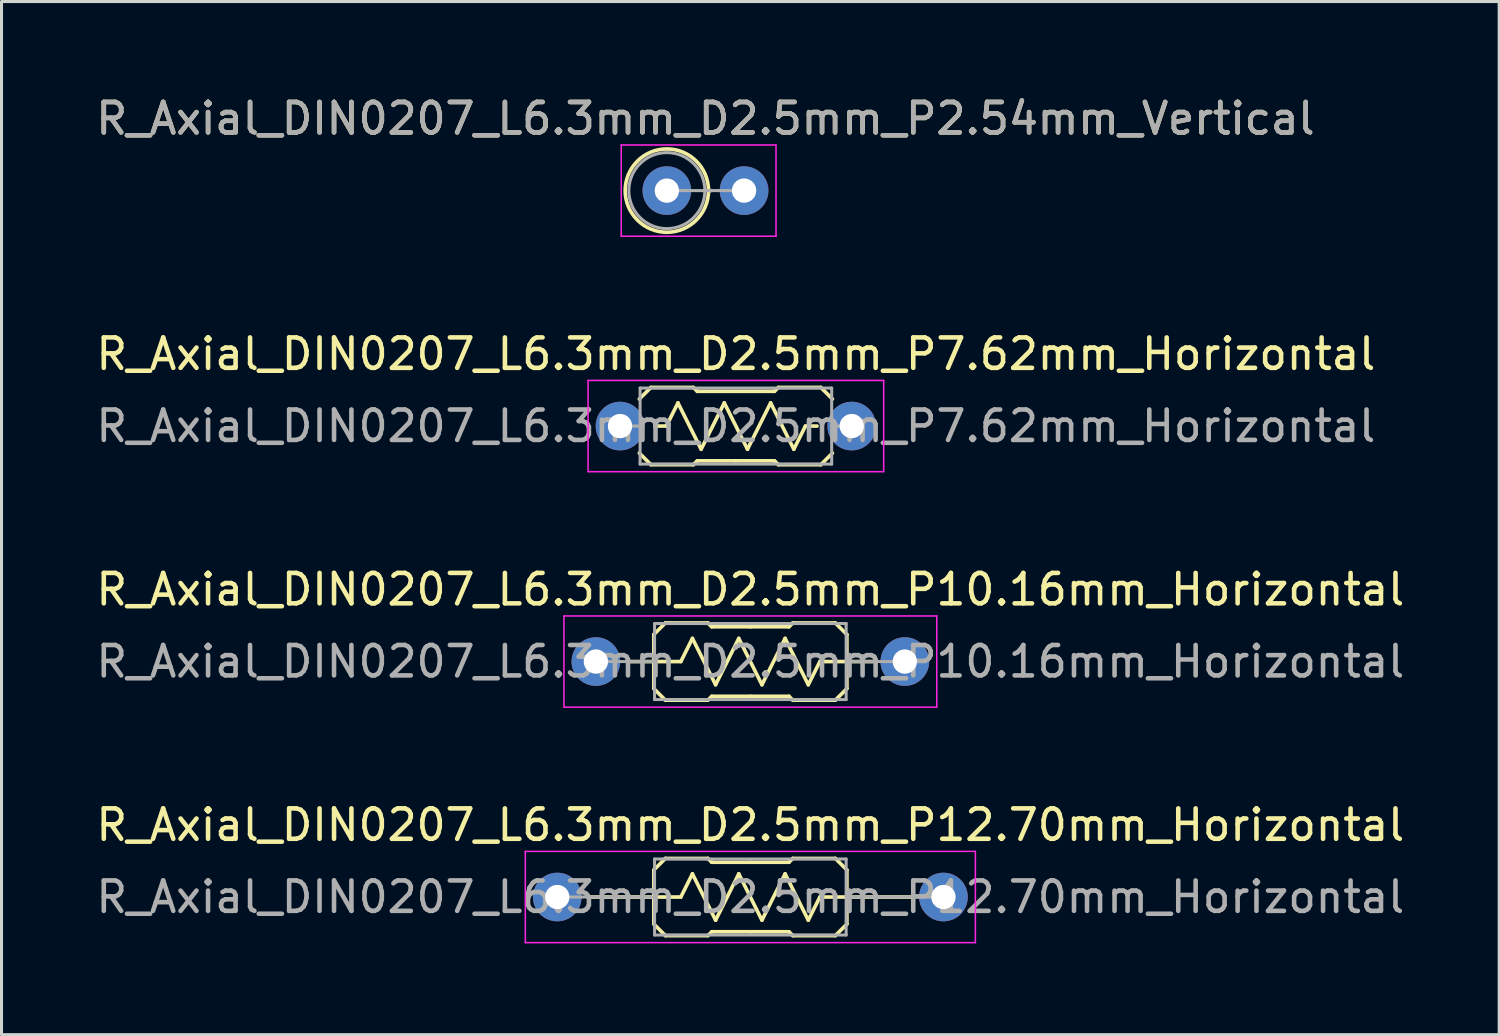
<source format=kicad_pcb>
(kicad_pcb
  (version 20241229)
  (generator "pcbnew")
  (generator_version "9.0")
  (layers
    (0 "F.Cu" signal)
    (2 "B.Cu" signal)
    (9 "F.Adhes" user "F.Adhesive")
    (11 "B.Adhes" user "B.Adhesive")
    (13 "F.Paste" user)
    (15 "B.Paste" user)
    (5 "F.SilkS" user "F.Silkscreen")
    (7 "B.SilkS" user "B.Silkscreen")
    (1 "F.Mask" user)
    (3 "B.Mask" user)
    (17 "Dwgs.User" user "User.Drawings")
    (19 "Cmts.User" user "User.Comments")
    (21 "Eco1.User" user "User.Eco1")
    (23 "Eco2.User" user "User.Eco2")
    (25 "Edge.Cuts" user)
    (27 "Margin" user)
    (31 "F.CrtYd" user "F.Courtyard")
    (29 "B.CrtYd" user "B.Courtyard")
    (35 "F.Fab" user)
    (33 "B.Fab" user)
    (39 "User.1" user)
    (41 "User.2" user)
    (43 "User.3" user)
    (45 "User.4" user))
  (footprint "R_Axial_DIN0207_L6.3mm_D2.5mm_P10.16mm_Horizontal"
    (layer "F.Cu")
    (at 16.545 18.705)
    (property "Reference" "R_Axial_DIN0207_L6.3mm_D2.5mm_P10.16mm_Horizontal" (at 5.08 -2.37 0) (layer "F.SilkS") (effects (font (size 1 1) (thickness 0.15))))
    (attr through_hole)
    (fp_line (start 1.905 -0.889) (end 1.905 0.889) (stroke (width 0.12) (type solid)) (layer "F.SilkS"))
    (fp_line (start 1.905 -0.889) (end 2.286 -1.27) (stroke (width 0.12) (type solid)) (layer "F.SilkS"))
    (fp_line (start 1.905 0) (end 1.016 0) (stroke (width 0.12) (type solid)) (layer "F.SilkS"))
    (fp_line (start 1.905 0.889) (end 2.286 1.27) (stroke (width 0.12) (type solid)) (layer "F.SilkS"))
    (fp_line (start 2.286 -1.27) (end 3.683 -1.27) (stroke (width 0.12) (type solid)) (layer "F.SilkS"))
    (fp_line (start 2.286 1.27) (end 3.683 1.27) (stroke (width 0.12) (type solid)) (layer "F.SilkS"))
    (fp_line (start 2.794 0) (end 1.905 0) (stroke (width 0.12) (type solid)) (layer "F.SilkS"))
    (fp_line (start 2.794 0) (end 3.175 -0.762) (stroke (width 0.12) (type solid)) (layer "F.SilkS"))
    (fp_line (start 3.175 -0.762) (end 3.937 0.762) (stroke (width 0.12) (type solid)) (layer "F.SilkS"))
    (fp_line (start 3.683 -1.27) (end 3.81 -1.143) (stroke (width 0.12) (type solid)) (layer "F.SilkS"))
    (fp_line (start 3.683 1.27) (end 3.81 1.143) (stroke (width 0.12) (type solid)) (layer "F.SilkS"))
    (fp_line (start 3.81 -1.143) (end 5.08 -1.143) (stroke (width 0.12) (type solid)) (layer "F.SilkS"))
    (fp_line (start 3.81 1.143) (end 5.08 1.143) (stroke (width 0.12) (type solid)) (layer "F.SilkS"))
    (fp_line (start 3.937 0.762) (end 4.699 -0.762) (stroke (width 0.12) (type solid)) (layer "F.SilkS"))
    (fp_line (start 4.699 -0.762) (end 5.461 0.762) (stroke (width 0.12) (type solid)) (layer "F.SilkS"))
    (fp_line (start 5.461 0.762) (end 6.223 -0.762) (stroke (width 0.12) (type solid)) (layer "F.SilkS"))
    (fp_line (start 6.223 -0.762) (end 6.985 0.762) (stroke (width 0.12) (type solid)) (layer "F.SilkS"))
    (fp_line (start 6.35 -1.143) (end 5.08 -1.143) (stroke (width 0.12) (type solid)) (layer "F.SilkS"))
    (fp_line (start 6.35 1.143) (end 5.08 1.143) (stroke (width 0.12) (type solid)) (layer "F.SilkS"))
    (fp_line (start 6.477 -1.27) (end 6.35 -1.143) (stroke (width 0.12) (type solid)) (layer "F.SilkS"))
    (fp_line (start 6.477 1.27) (end 6.35 1.143) (stroke (width 0.12) (type solid)) (layer "F.SilkS"))
    (fp_line (start 6.985 0.762) (end 7.366 0) (stroke (width 0.12) (type solid)) (layer "F.SilkS"))
    (fp_line (start 7.874 -1.27) (end 6.477 -1.27) (stroke (width 0.12) (type solid)) (layer "F.SilkS"))
    (fp_line (start 7.874 1.27) (end 6.477 1.27) (stroke (width 0.12) (type solid)) (layer "F.SilkS"))
    (fp_line (start 8.255 -0.889) (end 7.874 -1.27) (stroke (width 0.12) (type solid)) (layer "F.SilkS"))
    (fp_line (start 8.255 -0.889) (end 8.255 0.889) (stroke (width 0.12) (type solid)) (layer "F.SilkS"))
    (fp_line (start 8.255 0) (end 7.366 0) (stroke (width 0.12) (type solid)) (layer "F.SilkS"))
    (fp_line (start 8.255 0) (end 9.144 0) (stroke (width 0.12) (type solid)) (layer "F.SilkS"))
    (fp_line (start 8.255 0.889) (end 7.874 1.27) (stroke (width 0.12) (type solid)) (layer "F.SilkS"))
    (fp_line (start -1.05 -1.5) (end -1.05 1.5) (stroke (width 0.05) (type solid)) (layer "F.CrtYd"))
    (fp_line (start -1.05 1.5) (end 11.21 1.5) (stroke (width 0.05) (type solid)) (layer "F.CrtYd"))
    (fp_line (start 11.21 -1.5) (end -1.05 -1.5) (stroke (width 0.05) (type solid)) (layer "F.CrtYd"))
    (fp_line (start 11.21 1.5) (end 11.21 -1.5) (stroke (width 0.05) (type solid)) (layer "F.CrtYd"))
    (fp_line (start 0 0) (end 1.93 0) (stroke (width 0.1) (type solid)) (layer "F.Fab"))
    (fp_line (start 1.93 -1.25) (end 1.93 1.25) (stroke (width 0.1) (type solid)) (layer "F.Fab"))
    (fp_line (start 1.93 1.25) (end 8.23 1.25) (stroke (width 0.1) (type solid)) (layer "F.Fab"))
    (fp_line (start 8.23 -1.25) (end 1.93 -1.25) (stroke (width 0.1) (type solid)) (layer "F.Fab"))
    (fp_line (start 8.23 1.25) (end 8.23 -1.25) (stroke (width 0.1) (type solid)) (layer "F.Fab"))
    (fp_line (start 10.16 0) (end 8.23 0) (stroke (width 0.1) (type solid)) (layer "F.Fab"))
    (fp_text user "${REFERENCE}" (at 5.08 0 0) (layer "F.Fab") (effects (font (size 1 1) (thickness 0.15))))
    (pad "1" thru_hole circle (at 0 0) (size 1.6 1.6) (drill 0.8) (layers "*.Cu" "*.Mask"))
    (pad "2" thru_hole oval (at 10.16 0) (size 1.6 1.6) (drill 0.8) (layers "*.Cu" "*.Mask")))
  (footprint "R_Axial_DIN0207_L6.3mm_D2.5mm_P2.54mm_Vertical"
    (layer "F.Cu")
    (at 18.879 3.218)
    (property "Reference" "R_Axial_DIN0207_L6.3mm_D2.5mm_P2.54mm_Vertical" (at 1.27 -2.37 0) (layer "F.SilkS") (effects (font (size 1 1) (thickness 0.15))))
    (attr through_hole)
    (fp_line (start 1.37 0) (end 1.44 0) (stroke (width 0.12) (type solid)) (layer "F.SilkS"))
    (fp_circle (center 0 0) (end 1.37 0) (stroke (width 0.12) (type solid)) (fill no) (layer "F.SilkS"))
    (fp_line (start -1.5 -1.5) (end -1.5 1.5) (stroke (width 0.05) (type solid)) (layer "F.CrtYd"))
    (fp_line (start -1.5 1.5) (end 3.59 1.5) (stroke (width 0.05) (type solid)) (layer "F.CrtYd"))
    (fp_line (start 3.59 -1.5) (end -1.5 -1.5) (stroke (width 0.05) (type solid)) (layer "F.CrtYd"))
    (fp_line (start 3.59 1.5) (end 3.59 -1.5) (stroke (width 0.05) (type solid)) (layer "F.CrtYd"))
    (fp_line (start 0 0) (end 2.54 0) (stroke (width 0.1) (type solid)) (layer "F.Fab"))
    (fp_circle (center 0 0) (end 1.25 0) (stroke (width 0.1) (type solid)) (fill no) (layer "F.Fab"))
    (fp_text user "${REFERENCE}" (at 1.27 -2.37 0) (layer "F.Fab") (effects (font (size 1 1) (thickness 0.15))))
    (pad "1" thru_hole circle (at 0 0) (size 1.6 1.6) (drill 0.8) (layers "*.Cu" "*.Mask"))
    (pad "2" thru_hole oval (at 2.54 0) (size 1.6 1.6) (drill 0.8) (layers "*.Cu" "*.Mask")))
  (footprint "R_Axial_DIN0207_L6.3mm_D2.5mm_P12.70mm_Horizontal"
    (layer "F.Cu")
    (at 15.275 26.448)
    (property "Reference" "R_Axial_DIN0207_L6.3mm_D2.5mm_P12.70mm_Horizontal" (at 6.35 -2.37 0) (layer "F.SilkS") (effects (font (size 1 1) (thickness 0.15))))
    (attr through_hole)
    (fp_line (start 3.175 -0.889) (end 3.175 0.889) (stroke (width 0.12) (type solid)) (layer "F.SilkS"))
    (fp_line (start 3.175 -0.889) (end 3.556 -1.27) (stroke (width 0.12) (type solid)) (layer "F.SilkS"))
    (fp_line (start 3.175 0) (end 1.016 0) (stroke (width 0.12) (type solid)) (layer "F.SilkS"))
    (fp_line (start 3.175 0.889) (end 3.556 1.27) (stroke (width 0.12) (type solid)) (layer "F.SilkS"))
    (fp_line (start 3.556 -1.27) (end 4.953 -1.27) (stroke (width 0.12) (type solid)) (layer "F.SilkS"))
    (fp_line (start 3.556 1.27) (end 4.953 1.27) (stroke (width 0.12) (type solid)) (layer "F.SilkS"))
    (fp_line (start 4.064 0) (end 3.175 0) (stroke (width 0.12) (type solid)) (layer "F.SilkS"))
    (fp_line (start 4.064 0) (end 4.445 -0.762) (stroke (width 0.12) (type solid)) (layer "F.SilkS"))
    (fp_line (start 4.445 -0.762) (end 5.207 0.762) (stroke (width 0.12) (type solid)) (layer "F.SilkS"))
    (fp_line (start 4.953 -1.27) (end 5.08 -1.143) (stroke (width 0.12) (type solid)) (layer "F.SilkS"))
    (fp_line (start 4.953 1.27) (end 5.08 1.143) (stroke (width 0.12) (type solid)) (layer "F.SilkS"))
    (fp_line (start 5.08 -1.143) (end 6.35 -1.143) (stroke (width 0.12) (type solid)) (layer "F.SilkS"))
    (fp_line (start 5.08 1.143) (end 6.35 1.143) (stroke (width 0.12) (type solid)) (layer "F.SilkS"))
    (fp_line (start 5.207 0.762) (end 5.969 -0.762) (stroke (width 0.12) (type solid)) (layer "F.SilkS"))
    (fp_line (start 5.969 -0.762) (end 6.731 0.762) (stroke (width 0.12) (type solid)) (layer "F.SilkS"))
    (fp_line (start 6.731 0.762) (end 7.493 -0.762) (stroke (width 0.12) (type solid)) (layer "F.SilkS"))
    (fp_line (start 7.493 -0.762) (end 8.255 0.762) (stroke (width 0.12) (type solid)) (layer "F.SilkS"))
    (fp_line (start 7.62 -1.143) (end 6.35 -1.143) (stroke (width 0.12) (type solid)) (layer "F.SilkS"))
    (fp_line (start 7.62 1.143) (end 6.35 1.143) (stroke (width 0.12) (type solid)) (layer "F.SilkS"))
    (fp_line (start 7.747 -1.27) (end 7.62 -1.143) (stroke (width 0.12) (type solid)) (layer "F.SilkS"))
    (fp_line (start 7.747 1.27) (end 7.62 1.143) (stroke (width 0.12) (type solid)) (layer "F.SilkS"))
    (fp_line (start 8.255 0.762) (end 8.636 0) (stroke (width 0.12) (type solid)) (layer "F.SilkS"))
    (fp_line (start 9.144 -1.27) (end 7.747 -1.27) (stroke (width 0.12) (type solid)) (layer "F.SilkS"))
    (fp_line (start 9.144 1.27) (end 7.747 1.27) (stroke (width 0.12) (type solid)) (layer "F.SilkS"))
    (fp_line (start 9.525 -0.889) (end 9.144 -1.27) (stroke (width 0.12) (type solid)) (layer "F.SilkS"))
    (fp_line (start 9.525 -0.889) (end 9.525 0.889) (stroke (width 0.12) (type solid)) (layer "F.SilkS"))
    (fp_line (start 9.525 0) (end 8.636 0) (stroke (width 0.12) (type solid)) (layer "F.SilkS"))
    (fp_line (start 9.525 0) (end 11.684 0) (stroke (width 0.12) (type solid)) (layer "F.SilkS"))
    (fp_line (start 9.525 0.889) (end 9.144 1.27) (stroke (width 0.12) (type solid)) (layer "F.SilkS"))
    (fp_line (start -1.05 -1.5) (end -1.05 1.5) (stroke (width 0.05) (type solid)) (layer "F.CrtYd"))
    (fp_line (start -1.05 1.5) (end 13.75 1.5) (stroke (width 0.05) (type solid)) (layer "F.CrtYd"))
    (fp_line (start 13.75 -1.5) (end -1.05 -1.5) (stroke (width 0.05) (type solid)) (layer "F.CrtYd"))
    (fp_line (start 13.75 1.5) (end 13.75 -1.5) (stroke (width 0.05) (type solid)) (layer "F.CrtYd"))
    (fp_line (start 0 0) (end 3.2 0) (stroke (width 0.1) (type solid)) (layer "F.Fab"))
    (fp_line (start 3.2 -1.25) (end 3.2 1.25) (stroke (width 0.1) (type solid)) (layer "F.Fab"))
    (fp_line (start 3.2 1.25) (end 9.5 1.25) (stroke (width 0.1) (type solid)) (layer "F.Fab"))
    (fp_line (start 9.5 -1.25) (end 3.2 -1.25) (stroke (width 0.1) (type solid)) (layer "F.Fab"))
    (fp_line (start 9.5 1.25) (end 9.5 -1.25) (stroke (width 0.1) (type solid)) (layer "F.Fab"))
    (fp_line (start 12.7 0) (end 9.5 0) (stroke (width 0.1) (type solid)) (layer "F.Fab"))
    (fp_text user "${REFERENCE}" (at 6.35 0 0) (layer "F.Fab") (effects (font (size 1 1) (thickness 0.15))))
    (pad "1" thru_hole circle (at 0 0) (size 1.6 1.6) (drill 0.8) (layers "*.Cu" "*.Mask"))
    (pad "2" thru_hole oval (at 12.7 0) (size 1.6 1.6) (drill 0.8) (layers "*.Cu" "*.Mask")))
  (footprint "R_Axial_DIN0207_L6.3mm_D2.5mm_P7.62mm_Horizontal"
    (layer "F.Cu")
    (at 17.339 10.961)
    (property "Reference" "R_Axial_DIN0207_L6.3mm_D2.5mm_P7.62mm_Horizontal" (at 3.81 -2.37 0) (layer "F.SilkS") (effects (font (size 1 1) (thickness 0.15))))
    (attr through_hole)
    (fp_line (start 0.635 -0.889) (end 1.016 -1.27) (stroke (width 0.12) (type solid)) (layer "F.SilkS"))
    (fp_line (start 0.635 0.889) (end 1.016 1.27) (stroke (width 0.12) (type solid)) (layer "F.SilkS"))
    (fp_line (start 1.016 -1.27) (end 2.413 -1.27) (stroke (width 0.12) (type solid)) (layer "F.SilkS"))
    (fp_line (start 1.016 1.27) (end 2.413 1.27) (stroke (width 0.12) (type solid)) (layer "F.SilkS"))
    (fp_line (start 1.524 0) (end 1.143 0) (stroke (width 0.12) (type solid)) (layer "F.SilkS"))
    (fp_line (start 1.524 0) (end 1.905 -0.762) (stroke (width 0.12) (type solid)) (layer "F.SilkS"))
    (fp_line (start 1.905 -0.762) (end 2.667 0.762) (stroke (width 0.12) (type solid)) (layer "F.SilkS"))
    (fp_line (start 2.413 -1.27) (end 2.54 -1.143) (stroke (width 0.12) (type solid)) (layer "F.SilkS"))
    (fp_line (start 2.413 1.27) (end 2.54 1.143) (stroke (width 0.12) (type solid)) (layer "F.SilkS"))
    (fp_line (start 2.54 -1.143) (end 3.81 -1.143) (stroke (width 0.12) (type solid)) (layer "F.SilkS"))
    (fp_line (start 2.54 1.143) (end 3.81 1.143) (stroke (width 0.12) (type solid)) (layer "F.SilkS"))
    (fp_line (start 2.667 0.762) (end 3.429 -0.762) (stroke (width 0.12) (type solid)) (layer "F.SilkS"))
    (fp_line (start 3.429 -0.762) (end 4.191 0.762) (stroke (width 0.12) (type solid)) (layer "F.SilkS"))
    (fp_line (start 4.191 0.762) (end 4.953 -0.762) (stroke (width 0.12) (type solid)) (layer "F.SilkS"))
    (fp_line (start 4.953 -0.762) (end 5.715 0.762) (stroke (width 0.12) (type solid)) (layer "F.SilkS"))
    (fp_line (start 5.08 -1.143) (end 3.81 -1.143) (stroke (width 0.12) (type solid)) (layer "F.SilkS"))
    (fp_line (start 5.08 1.143) (end 3.81 1.143) (stroke (width 0.12) (type solid)) (layer "F.SilkS"))
    (fp_line (start 5.207 -1.27) (end 5.08 -1.143) (stroke (width 0.12) (type solid)) (layer "F.SilkS"))
    (fp_line (start 5.207 1.27) (end 5.08 1.143) (stroke (width 0.12) (type solid)) (layer "F.SilkS"))
    (fp_line (start 5.715 0.762) (end 6.096 0) (stroke (width 0.12) (type solid)) (layer "F.SilkS"))
    (fp_line (start 6.477 0) (end 6.096 0) (stroke (width 0.12) (type solid)) (layer "F.SilkS"))
    (fp_line (start 6.604 -1.27) (end 5.207 -1.27) (stroke (width 0.12) (type solid)) (layer "F.SilkS"))
    (fp_line (start 6.604 1.27) (end 5.207 1.27) (stroke (width 0.12) (type solid)) (layer "F.SilkS"))
    (fp_line (start 6.985 -0.889) (end 6.604 -1.27) (stroke (width 0.12) (type solid)) (layer "F.SilkS"))
    (fp_line (start 6.985 0.889) (end 6.604 1.27) (stroke (width 0.12) (type solid)) (layer "F.SilkS"))
    (fp_line (start -1.05 -1.5) (end -1.05 1.5) (stroke (width 0.05) (type solid)) (layer "F.CrtYd"))
    (fp_line (start -1.05 1.5) (end 8.67 1.5) (stroke (width 0.05) (type solid)) (layer "F.CrtYd"))
    (fp_line (start 8.67 -1.5) (end -1.05 -1.5) (stroke (width 0.05) (type solid)) (layer "F.CrtYd"))
    (fp_line (start 8.67 1.5) (end 8.67 -1.5) (stroke (width 0.05) (type solid)) (layer "F.CrtYd"))
    (fp_line (start 0 0) (end 0.66 0) (stroke (width 0.1) (type solid)) (layer "F.Fab"))
    (fp_line (start 0.66 -1.25) (end 0.66 1.25) (stroke (width 0.1) (type solid)) (layer "F.Fab"))
    (fp_line (start 0.66 1.25) (end 6.96 1.25) (stroke (width 0.1) (type solid)) (layer "F.Fab"))
    (fp_line (start 6.96 -1.25) (end 0.66 -1.25) (stroke (width 0.1) (type solid)) (layer "F.Fab"))
    (fp_line (start 6.96 1.25) (end 6.96 -1.25) (stroke (width 0.1) (type solid)) (layer "F.Fab"))
    (fp_line (start 7.62 0) (end 6.96 0) (stroke (width 0.1) (type solid)) (layer "F.Fab"))
    (fp_text user "${REFERENCE}" (at 3.81 0 0) (layer "F.Fab") (effects (font (size 1 1) (thickness 0.15))))
    (pad "1" thru_hole circle (at 0 0) (size 1.6 1.6) (drill 0.8) (layers "*.Cu" "*.Mask"))
    (pad "2" thru_hole oval (at 7.62 0) (size 1.6 1.6) (drill 0.8) (layers "*.Cu" "*.Mask")))
  (gr_rect
    (start -3 -3)
    (end 46.25 30.973)
    (stroke (width 0.1) (type default))
    (fill no)
    (layer "Edge.Cuts")))
</source>
